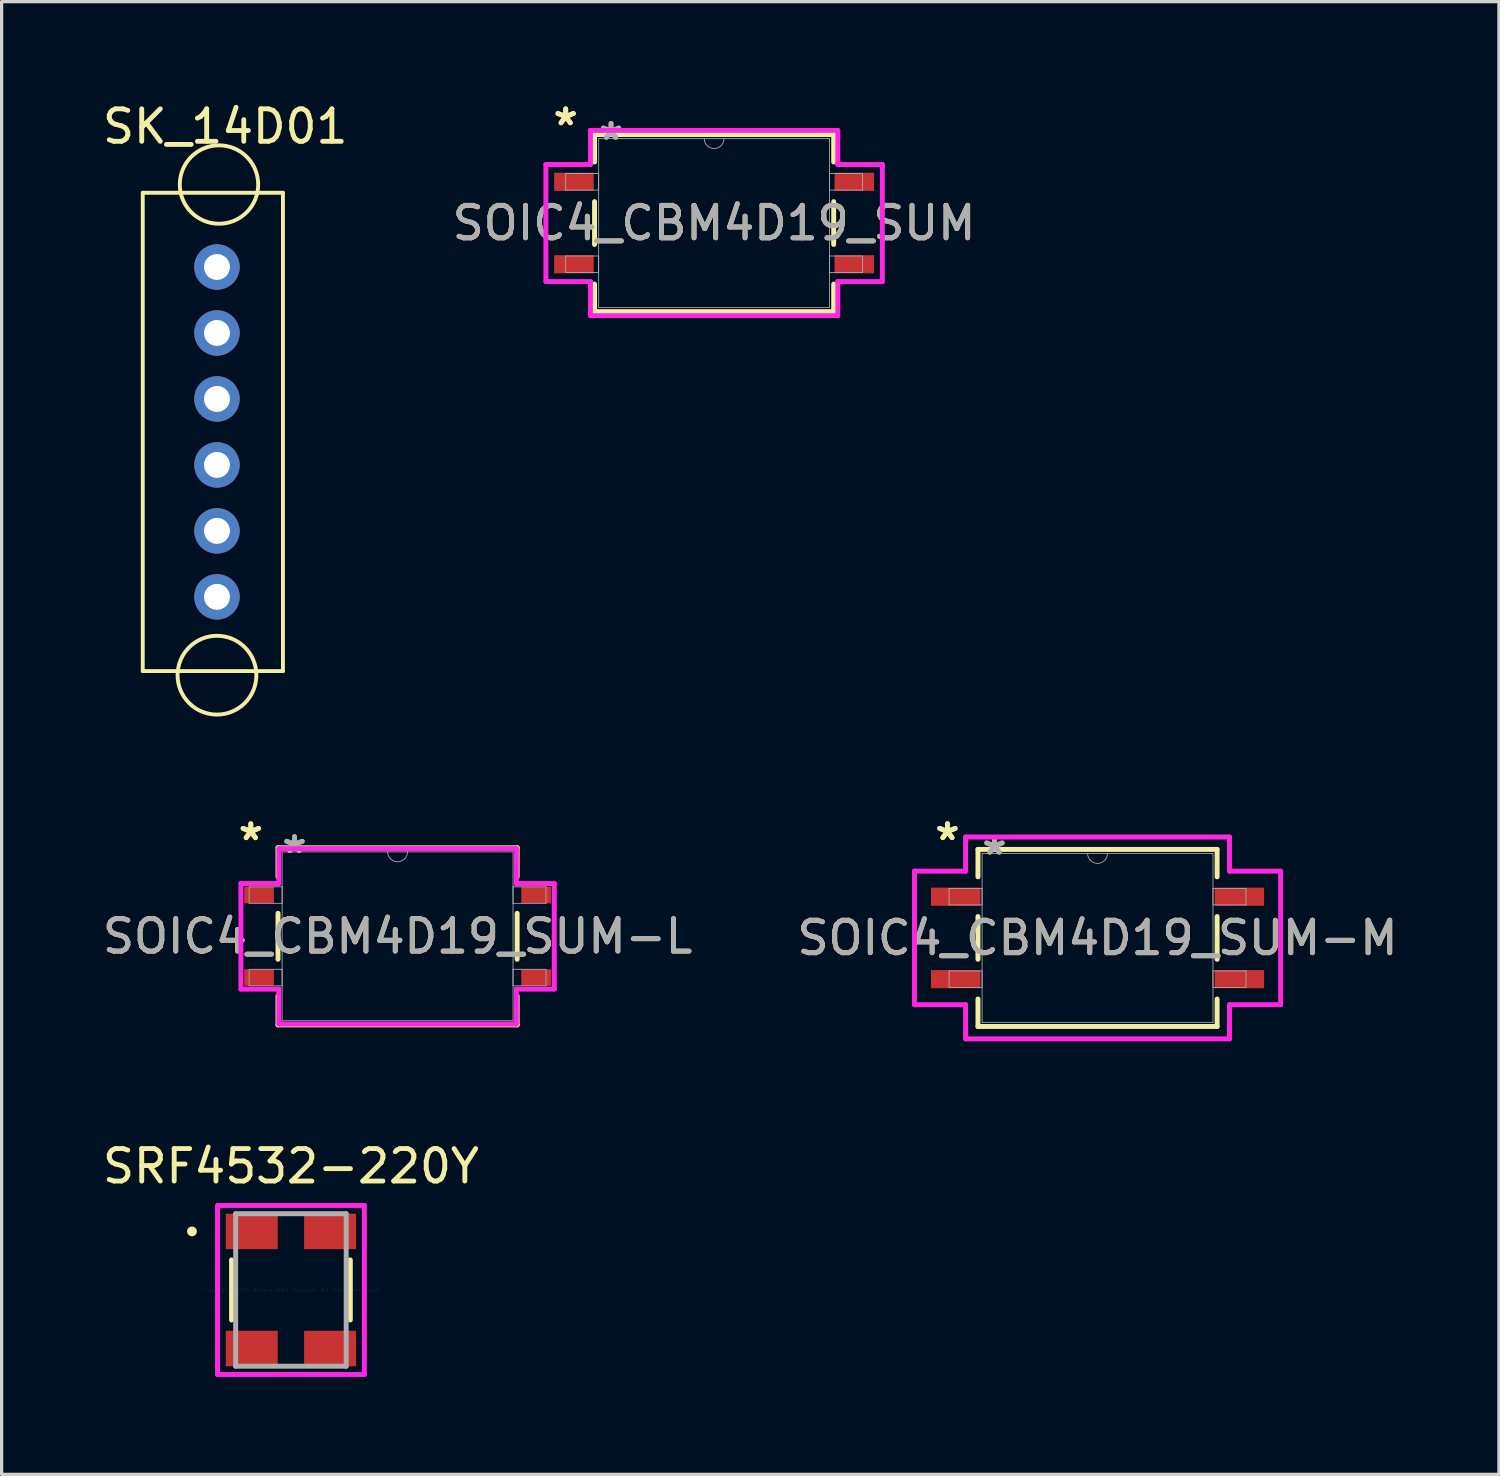
<source format=kicad_pcb>
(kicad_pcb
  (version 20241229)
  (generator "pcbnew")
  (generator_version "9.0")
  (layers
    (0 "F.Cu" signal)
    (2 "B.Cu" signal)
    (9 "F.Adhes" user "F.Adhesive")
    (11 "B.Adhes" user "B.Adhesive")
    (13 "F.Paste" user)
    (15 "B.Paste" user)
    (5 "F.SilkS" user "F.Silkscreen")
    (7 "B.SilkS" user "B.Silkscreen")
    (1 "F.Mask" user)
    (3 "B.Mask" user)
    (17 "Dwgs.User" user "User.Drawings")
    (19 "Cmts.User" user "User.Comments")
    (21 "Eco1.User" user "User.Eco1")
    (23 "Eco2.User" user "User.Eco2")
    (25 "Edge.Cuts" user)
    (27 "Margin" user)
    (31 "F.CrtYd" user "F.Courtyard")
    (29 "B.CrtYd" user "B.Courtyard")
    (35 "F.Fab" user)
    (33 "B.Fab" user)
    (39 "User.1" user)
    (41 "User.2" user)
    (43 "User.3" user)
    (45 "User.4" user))
  (footprint "SOIC4_CBM4D19_SUM"
    (layer "F.Cu")
    (at 18.946 3.82)
    (property "Reference" "SOIC4_CBM4D19_SUM" (at 0 0 0) (unlocked yes) (layer "F.SilkS") (effects (font (size 1 1) (thickness 0.15))))
    (attr smd)
    (fp_line (start -3.683 -2.727) (end -3.683 -1.881) (stroke (width 0.152) (type solid)) (layer "F.SilkS"))
    (fp_line (start -3.683 -0.659) (end -3.683 0.659) (stroke (width 0.152) (type solid)) (layer "F.SilkS"))
    (fp_line (start -3.683 1.881) (end -3.683 2.727) (stroke (width 0.152) (type solid)) (layer "F.SilkS"))
    (fp_line (start -3.683 2.727) (end 3.683 2.727) (stroke (width 0.152) (type solid)) (layer "F.SilkS"))
    (fp_line (start 3.683 -2.727) (end -3.683 -2.727) (stroke (width 0.152) (type solid)) (layer "F.SilkS"))
    (fp_line (start 3.683 -1.881) (end 3.683 -2.727) (stroke (width 0.152) (type solid)) (layer "F.SilkS"))
    (fp_line (start 3.683 0.659) (end 3.683 -0.659) (stroke (width 0.152) (type solid)) (layer "F.SilkS"))
    (fp_line (start 3.683 2.727) (end 3.683 1.881) (stroke (width 0.152) (type solid)) (layer "F.SilkS"))
    (fp_line (start -5.182 -1.803) (end -3.81 -1.803) (stroke (width 0.152) (type solid)) (layer "F.CrtYd"))
    (fp_line (start -5.182 1.803) (end -5.182 -1.803) (stroke (width 0.152) (type solid)) (layer "F.CrtYd"))
    (fp_line (start -5.182 1.803) (end -3.81 1.803) (stroke (width 0.152) (type solid)) (layer "F.CrtYd"))
    (fp_line (start -3.81 -2.854) (end 3.81 -2.854) (stroke (width 0.152) (type solid)) (layer "F.CrtYd"))
    (fp_line (start -3.81 -1.803) (end -3.81 -2.854) (stroke (width 0.152) (type solid)) (layer "F.CrtYd"))
    (fp_line (start -3.81 2.854) (end -3.81 1.803) (stroke (width 0.152) (type solid)) (layer "F.CrtYd"))
    (fp_line (start 3.81 -2.854) (end 3.81 -1.803) (stroke (width 0.152) (type solid)) (layer "F.CrtYd"))
    (fp_line (start 3.81 1.803) (end 3.81 2.854) (stroke (width 0.152) (type solid)) (layer "F.CrtYd"))
    (fp_line (start 3.81 2.854) (end -3.81 2.854) (stroke (width 0.152) (type solid)) (layer "F.CrtYd"))
    (fp_line (start 5.182 -1.803) (end 3.81 -1.803) (stroke (width 0.152) (type solid)) (layer "F.CrtYd"))
    (fp_line (start 5.182 -1.803) (end 5.182 1.803) (stroke (width 0.152) (type solid)) (layer "F.CrtYd"))
    (fp_line (start 5.182 1.803) (end 3.81 1.803) (stroke (width 0.152) (type solid)) (layer "F.CrtYd"))
    (fp_line (start -4.572 -1.524) (end -4.572 -1.016) (stroke (width 0.025) (type solid)) (layer "F.Fab"))
    (fp_line (start -4.572 -1.016) (end -3.556 -1.016) (stroke (width 0.025) (type solid)) (layer "F.Fab"))
    (fp_line (start -4.572 1.016) (end -4.572 1.524) (stroke (width 0.025) (type solid)) (layer "F.Fab"))
    (fp_line (start -4.572 1.524) (end -3.556 1.524) (stroke (width 0.025) (type solid)) (layer "F.Fab"))
    (fp_line (start -3.556 -2.6) (end -3.556 2.6) (stroke (width 0.025) (type solid)) (layer "F.Fab"))
    (fp_line (start -3.556 -1.524) (end -4.572 -1.524) (stroke (width 0.025) (type solid)) (layer "F.Fab"))
    (fp_line (start -3.556 -1.016) (end -3.556 -1.524) (stroke (width 0.025) (type solid)) (layer "F.Fab"))
    (fp_line (start -3.556 1.016) (end -4.572 1.016) (stroke (width 0.025) (type solid)) (layer "F.Fab"))
    (fp_line (start -3.556 1.524) (end -3.556 1.016) (stroke (width 0.025) (type solid)) (layer "F.Fab"))
    (fp_line (start -3.556 2.6) (end 3.556 2.6) (stroke (width 0.025) (type solid)) (layer "F.Fab"))
    (fp_line (start 3.556 -2.6) (end -3.556 -2.6) (stroke (width 0.025) (type solid)) (layer "F.Fab"))
    (fp_line (start 3.556 -1.524) (end 3.556 -1.016) (stroke (width 0.025) (type solid)) (layer "F.Fab"))
    (fp_line (start 3.556 -1.016) (end 4.572 -1.016) (stroke (width 0.025) (type solid)) (layer "F.Fab"))
    (fp_line (start 3.556 1.016) (end 3.556 1.524) (stroke (width 0.025) (type solid)) (layer "F.Fab"))
    (fp_line (start 3.556 1.524) (end 4.572 1.524) (stroke (width 0.025) (type solid)) (layer "F.Fab"))
    (fp_line (start 3.556 2.6) (end 3.556 -2.6) (stroke (width 0.025) (type solid)) (layer "F.Fab"))
    (fp_line (start 4.572 -1.524) (end 3.556 -1.524) (stroke (width 0.025) (type solid)) (layer "F.Fab"))
    (fp_line (start 4.572 -1.016) (end 4.572 -1.524) (stroke (width 0.025) (type solid)) (layer "F.Fab"))
    (fp_line (start 4.572 1.016) (end 3.556 1.016) (stroke (width 0.025) (type solid)) (layer "F.Fab"))
    (fp_line (start 4.572 1.524) (end 4.572 1.016) (stroke (width 0.025) (type solid)) (layer "F.Fab"))
    (fp_arc (start 0.3048 -2.6) (mid 0 -2.2952) (end -0.3048 -2.6) (stroke (width 0.0254) (type solid)) (layer "F.Fab"))
    (fp_text user "*" (at -4.572 -2.972 0) (unlocked yes) (layer "F.SilkS") (effects (font (size 1 1) (thickness 0.15))))
    (fp_text user "*" (at -4.572 -2.972 0) (layer "F.SilkS") (effects (font (size 1 1) (thickness 0.15))))
    (fp_text user "*" (at -3.175 -2.524 0) (layer "F.Fab") (effects (font (size 1 1) (thickness 0.15))))
    (fp_text user "${REFERENCE}" (at 0 0 0) (unlocked yes) (layer "F.Fab") (effects (font (size 1 1) (thickness 0.15))))
    (fp_text user "*" (at -3.175 -2.524 0) (unlocked yes) (layer "F.Fab") (effects (font (size 1 1) (thickness 0.15))))
    (pad "1" smd rect (at -4.318 -1.27) (size 1.219 0.559) (layers "F.Cu" "F.Mask" "F.Paste"))
    (pad "2" smd rect (at -4.318 1.27) (size 1.219 0.559) (layers "F.Cu" "F.Mask" "F.Paste"))
    (pad "3" smd rect (at 4.318 1.27) (size 1.219 0.559) (layers "F.Cu" "F.Mask" "F.Paste"))
    (pad "4" smd rect (at 4.318 -1.27) (size 1.219 0.559) (layers "F.Cu" "F.Mask" "F.Paste")))
  (footprint "SOIC4_CBM4D19_SUM-L"
    (layer "F.Cu")
    (at 9.196 25.79)
    (property "Reference" "SOIC4_CBM4D19_SUM-L" (at 0 0 0) (unlocked yes) (layer "F.SilkS") (effects (font (size 1 1) (thickness 0.15))))
    (attr smd)
    (fp_line (start -3.683 -2.727) (end -3.683 -1.832) (stroke (width 0.152) (type solid)) (layer "F.SilkS"))
    (fp_line (start -3.683 -0.708) (end -3.683 0.708) (stroke (width 0.152) (type solid)) (layer "F.SilkS"))
    (fp_line (start -3.683 1.832) (end -3.683 2.727) (stroke (width 0.152) (type solid)) (layer "F.SilkS"))
    (fp_line (start -3.683 2.727) (end 3.683 2.727) (stroke (width 0.152) (type solid)) (layer "F.SilkS"))
    (fp_line (start 3.683 -2.727) (end -3.683 -2.727) (stroke (width 0.152) (type solid)) (layer "F.SilkS"))
    (fp_line (start 3.683 -1.832) (end 3.683 -2.727) (stroke (width 0.152) (type solid)) (layer "F.SilkS"))
    (fp_line (start 3.683 0.708) (end 3.683 -0.708) (stroke (width 0.152) (type solid)) (layer "F.SilkS"))
    (fp_line (start 3.683 2.727) (end 3.683 1.832) (stroke (width 0.152) (type solid)) (layer "F.SilkS"))
    (fp_line (start -4.826 -1.626) (end -3.658 -1.626) (stroke (width 0.152) (type solid)) (layer "F.CrtYd"))
    (fp_line (start -4.826 1.626) (end -4.826 -1.626) (stroke (width 0.152) (type solid)) (layer "F.CrtYd"))
    (fp_line (start -4.826 1.626) (end -3.658 1.626) (stroke (width 0.152) (type solid)) (layer "F.CrtYd"))
    (fp_line (start -3.658 -2.702) (end 3.658 -2.702) (stroke (width 0.152) (type solid)) (layer "F.CrtYd"))
    (fp_line (start -3.658 -1.626) (end -3.658 -2.702) (stroke (width 0.152) (type solid)) (layer "F.CrtYd"))
    (fp_line (start -3.658 2.702) (end -3.658 1.626) (stroke (width 0.152) (type solid)) (layer "F.CrtYd"))
    (fp_line (start 3.658 -2.702) (end 3.658 -1.626) (stroke (width 0.152) (type solid)) (layer "F.CrtYd"))
    (fp_line (start 3.658 1.626) (end 3.658 2.702) (stroke (width 0.152) (type solid)) (layer "F.CrtYd"))
    (fp_line (start 3.658 2.702) (end -3.658 2.702) (stroke (width 0.152) (type solid)) (layer "F.CrtYd"))
    (fp_line (start 4.826 -1.626) (end 3.658 -1.626) (stroke (width 0.152) (type solid)) (layer "F.CrtYd"))
    (fp_line (start 4.826 -1.626) (end 4.826 1.626) (stroke (width 0.152) (type solid)) (layer "F.CrtYd"))
    (fp_line (start 4.826 1.626) (end 3.658 1.626) (stroke (width 0.152) (type solid)) (layer "F.CrtYd"))
    (fp_line (start -4.572 -1.524) (end -4.572 -1.016) (stroke (width 0.025) (type solid)) (layer "F.Fab"))
    (fp_line (start -4.572 -1.016) (end -3.556 -1.016) (stroke (width 0.025) (type solid)) (layer "F.Fab"))
    (fp_line (start -4.572 1.016) (end -4.572 1.524) (stroke (width 0.025) (type solid)) (layer "F.Fab"))
    (fp_line (start -4.572 1.524) (end -3.556 1.524) (stroke (width 0.025) (type solid)) (layer "F.Fab"))
    (fp_line (start -3.556 -2.6) (end -3.556 2.6) (stroke (width 0.025) (type solid)) (layer "F.Fab"))
    (fp_line (start -3.556 -1.524) (end -4.572 -1.524) (stroke (width 0.025) (type solid)) (layer "F.Fab"))
    (fp_line (start -3.556 -1.016) (end -3.556 -1.524) (stroke (width 0.025) (type solid)) (layer "F.Fab"))
    (fp_line (start -3.556 1.016) (end -4.572 1.016) (stroke (width 0.025) (type solid)) (layer "F.Fab"))
    (fp_line (start -3.556 1.524) (end -3.556 1.016) (stroke (width 0.025) (type solid)) (layer "F.Fab"))
    (fp_line (start -3.556 2.6) (end 3.556 2.6) (stroke (width 0.025) (type solid)) (layer "F.Fab"))
    (fp_line (start 3.556 -2.6) (end -3.556 -2.6) (stroke (width 0.025) (type solid)) (layer "F.Fab"))
    (fp_line (start 3.556 -1.524) (end 3.556 -1.016) (stroke (width 0.025) (type solid)) (layer "F.Fab"))
    (fp_line (start 3.556 -1.016) (end 4.572 -1.016) (stroke (width 0.025) (type solid)) (layer "F.Fab"))
    (fp_line (start 3.556 1.016) (end 3.556 1.524) (stroke (width 0.025) (type solid)) (layer "F.Fab"))
    (fp_line (start 3.556 1.524) (end 4.572 1.524) (stroke (width 0.025) (type solid)) (layer "F.Fab"))
    (fp_line (start 3.556 2.6) (end 3.556 -2.6) (stroke (width 0.025) (type solid)) (layer "F.Fab"))
    (fp_line (start 4.572 -1.524) (end 3.556 -1.524) (stroke (width 0.025) (type solid)) (layer "F.Fab"))
    (fp_line (start 4.572 -1.016) (end 4.572 -1.524) (stroke (width 0.025) (type solid)) (layer "F.Fab"))
    (fp_line (start 4.572 1.016) (end 3.556 1.016) (stroke (width 0.025) (type solid)) (layer "F.Fab"))
    (fp_line (start 4.572 1.524) (end 4.572 1.016) (stroke (width 0.025) (type solid)) (layer "F.Fab"))
    (fp_arc (start 0.3048 -2.6) (mid 0 -2.2952) (end -0.3048 -2.6) (stroke (width 0.0254) (type solid)) (layer "F.Fab"))
    (fp_text user "*" (at -4.521 -2.921 0) (unlocked yes) (layer "F.SilkS") (effects (font (size 1 1) (thickness 0.15))))
    (fp_text user "*" (at -4.521 -2.921 0) (layer "F.SilkS") (effects (font (size 1 1) (thickness 0.15))))
    (fp_text user "*" (at -3.175 -2.524 0) (layer "F.Fab") (effects (font (size 1 1) (thickness 0.15))))
    (fp_text user "*" (at -3.175 -2.524 0) (unlocked yes) (layer "F.Fab") (effects (font (size 1 1) (thickness 0.15))))
    (fp_text user "${REFERENCE}" (at 0 0 0) (unlocked yes) (layer "F.Fab") (effects (font (size 1 1) (thickness 0.15))))
    (pad "1" smd rect (at -4.267 -1.27) (size 0.914 0.508) (layers "F.Cu" "F.Mask" "F.Paste"))
    (pad "2" smd rect (at -4.267 1.27) (size 0.914 0.508) (layers "F.Cu" "F.Mask" "F.Paste"))
    (pad "3" smd rect (at 4.267 1.27) (size 0.914 0.508) (layers "F.Cu" "F.Mask" "F.Paste"))
    (pad "4" smd rect (at 4.267 -1.27) (size 0.914 0.508) (layers "F.Cu" "F.Mask" "F.Paste")))
  (footprint "SOIC4_CBM4D19_SUM-M"
    (layer "F.Cu")
    (at 30.756 25.84)
    (property "Reference" "SOIC4_CBM4D19_SUM-M" (at 0 0 0) (unlocked yes) (layer "F.SilkS") (effects (font (size 1 1) (thickness 0.15))))
    (attr smd)
    (fp_line (start -3.683 -2.727) (end -3.683 -1.882) (stroke (width 0.152) (type solid)) (layer "F.SilkS"))
    (fp_line (start -3.683 -0.658) (end -3.683 0.658) (stroke (width 0.152) (type solid)) (layer "F.SilkS"))
    (fp_line (start -3.683 1.882) (end -3.683 2.727) (stroke (width 0.152) (type solid)) (layer "F.SilkS"))
    (fp_line (start -3.683 2.727) (end 3.683 2.727) (stroke (width 0.152) (type solid)) (layer "F.SilkS"))
    (fp_line (start 3.683 -2.727) (end -3.683 -2.727) (stroke (width 0.152) (type solid)) (layer "F.SilkS"))
    (fp_line (start 3.683 -1.882) (end 3.683 -2.727) (stroke (width 0.152) (type solid)) (layer "F.SilkS"))
    (fp_line (start 3.683 0.658) (end 3.683 -0.658) (stroke (width 0.152) (type solid)) (layer "F.SilkS"))
    (fp_line (start 3.683 2.727) (end 3.683 1.882) (stroke (width 0.152) (type solid)) (layer "F.SilkS"))
    (fp_line (start -5.639 -2.057) (end -4.064 -2.057) (stroke (width 0.152) (type solid)) (layer "F.CrtYd"))
    (fp_line (start -5.639 2.057) (end -5.639 -2.057) (stroke (width 0.152) (type solid)) (layer "F.CrtYd"))
    (fp_line (start -5.639 2.057) (end -4.064 2.057) (stroke (width 0.152) (type solid)) (layer "F.CrtYd"))
    (fp_line (start -4.064 -3.108) (end 4.064 -3.108) (stroke (width 0.152) (type solid)) (layer "F.CrtYd"))
    (fp_line (start -4.064 -2.057) (end -4.064 -3.108) (stroke (width 0.152) (type solid)) (layer "F.CrtYd"))
    (fp_line (start -4.064 3.108) (end -4.064 2.057) (stroke (width 0.152) (type solid)) (layer "F.CrtYd"))
    (fp_line (start 4.064 -3.108) (end 4.064 -2.057) (stroke (width 0.152) (type solid)) (layer "F.CrtYd"))
    (fp_line (start 4.064 2.057) (end 4.064 3.108) (stroke (width 0.152) (type solid)) (layer "F.CrtYd"))
    (fp_line (start 4.064 3.108) (end -4.064 3.108) (stroke (width 0.152) (type solid)) (layer "F.CrtYd"))
    (fp_line (start 5.639 -2.057) (end 4.064 -2.057) (stroke (width 0.152) (type solid)) (layer "F.CrtYd"))
    (fp_line (start 5.639 -2.057) (end 5.639 2.057) (stroke (width 0.152) (type solid)) (layer "F.CrtYd"))
    (fp_line (start 5.639 2.057) (end 4.064 2.057) (stroke (width 0.152) (type solid)) (layer "F.CrtYd"))
    (fp_line (start -4.572 -1.524) (end -4.572 -1.016) (stroke (width 0.025) (type solid)) (layer "F.Fab"))
    (fp_line (start -4.572 -1.016) (end -3.556 -1.016) (stroke (width 0.025) (type solid)) (layer "F.Fab"))
    (fp_line (start -4.572 1.016) (end -4.572 1.524) (stroke (width 0.025) (type solid)) (layer "F.Fab"))
    (fp_line (start -4.572 1.524) (end -3.556 1.524) (stroke (width 0.025) (type solid)) (layer "F.Fab"))
    (fp_line (start -3.556 -2.6) (end -3.556 2.6) (stroke (width 0.025) (type solid)) (layer "F.Fab"))
    (fp_line (start -3.556 -1.524) (end -4.572 -1.524) (stroke (width 0.025) (type solid)) (layer "F.Fab"))
    (fp_line (start -3.556 -1.016) (end -3.556 -1.524) (stroke (width 0.025) (type solid)) (layer "F.Fab"))
    (fp_line (start -3.556 1.016) (end -4.572 1.016) (stroke (width 0.025) (type solid)) (layer "F.Fab"))
    (fp_line (start -3.556 1.524) (end -3.556 1.016) (stroke (width 0.025) (type solid)) (layer "F.Fab"))
    (fp_line (start -3.556 2.6) (end 3.556 2.6) (stroke (width 0.025) (type solid)) (layer "F.Fab"))
    (fp_line (start 3.556 -2.6) (end -3.556 -2.6) (stroke (width 0.025) (type solid)) (layer "F.Fab"))
    (fp_line (start 3.556 -1.524) (end 3.556 -1.016) (stroke (width 0.025) (type solid)) (layer "F.Fab"))
    (fp_line (start 3.556 -1.016) (end 4.572 -1.016) (stroke (width 0.025) (type solid)) (layer "F.Fab"))
    (fp_line (start 3.556 1.016) (end 3.556 1.524) (stroke (width 0.025) (type solid)) (layer "F.Fab"))
    (fp_line (start 3.556 1.524) (end 4.572 1.524) (stroke (width 0.025) (type solid)) (layer "F.Fab"))
    (fp_line (start 3.556 2.6) (end 3.556 -2.6) (stroke (width 0.025) (type solid)) (layer "F.Fab"))
    (fp_line (start 4.572 -1.524) (end 3.556 -1.524) (stroke (width 0.025) (type solid)) (layer "F.Fab"))
    (fp_line (start 4.572 -1.016) (end 4.572 -1.524) (stroke (width 0.025) (type solid)) (layer "F.Fab"))
    (fp_line (start 4.572 1.016) (end 3.556 1.016) (stroke (width 0.025) (type solid)) (layer "F.Fab"))
    (fp_line (start 4.572 1.524) (end 4.572 1.016) (stroke (width 0.025) (type solid)) (layer "F.Fab"))
    (fp_arc (start 0.3048 -2.6) (mid 0 -2.2952) (end -0.3048 -2.6) (stroke (width 0.0254) (type solid)) (layer "F.Fab"))
    (fp_text user "*" (at -4.623 -2.972 0) (unlocked yes) (layer "F.SilkS") (effects (font (size 1 1) (thickness 0.15))))
    (fp_text user "*" (at -4.623 -2.972 0) (layer "F.SilkS") (effects (font (size 1 1) (thickness 0.15))))
    (fp_text user "*" (at -3.175 -2.524 0) (unlocked yes) (layer "F.Fab") (effects (font (size 1 1) (thickness 0.15))))
    (fp_text user "${REFERENCE}" (at 0 0 0) (unlocked yes) (layer "F.Fab") (effects (font (size 1 1) (thickness 0.15))))
    (fp_text user "*" (at -3.175 -2.524 0) (layer "F.Fab") (effects (font (size 1 1) (thickness 0.15))))
    (pad "1" smd rect (at -4.369 -1.27) (size 1.524 0.559) (layers "F.Cu" "F.Mask" "F.Paste"))
    (pad "2" smd rect (at -4.369 1.27) (size 1.524 0.559) (layers "F.Cu" "F.Mask" "F.Paste"))
    (pad "3" smd rect (at 4.369 1.27) (size 1.524 0.559) (layers "F.Cu" "F.Mask" "F.Paste"))
    (pad "4" smd rect (at 4.369 -1.27) (size 1.524 0.559) (layers "F.Cu" "F.Mask" "F.Paste")))
  (footprint "SK_14D01"
    (layer "F.Cu")
    (at 3.887 0.348)
    (property "Reference" "SK_14D01" (at 0 0.5 0) (layer "F.SilkS") (effects (font (size 1 1) (thickness 0.15))))
    (attr through_hole)
    (fp_line (start -2.54 2.54) (end 1.778 2.54) (stroke (width 0.12) (type solid)) (layer "F.SilkS"))
    (fp_line (start -2.54 17.272) (end -2.54 2.54) (stroke (width 0.12) (type solid)) (layer "F.SilkS"))
    (fp_line (start 1.778 2.54) (end 1.778 17.272) (stroke (width 0.12) (type solid)) (layer "F.SilkS"))
    (fp_line (start 1.778 17.272) (end -2.54 17.272) (stroke (width 0.12) (type solid)) (layer "F.SilkS"))
    (fp_circle (center -0.254 17.399) (end 0.953 17.272) (stroke (width 0.12) (type solid)) (fill no) (layer "F.SilkS"))
    (fp_circle (center -0.192 2.286) (end 1.014 2.349) (stroke (width 0.12) (type solid)) (fill no) (layer "F.SilkS"))
    (pad "1" thru_hole circle (at -0.254 4.826) (size 1.4 1.4) (drill 0.8) (layers "*.Cu" "*.Mask"))
    (pad "2" thru_hole circle (at -0.254 6.858) (size 1.4 1.4) (drill 0.8) (layers "*.Cu" "*.Mask"))
    (pad "3" thru_hole circle (at -0.254 8.89) (size 1.4 1.4) (drill 0.8) (layers "*.Cu" "*.Mask"))
    (pad "4" thru_hole circle (at -0.254 10.922) (size 1.4 1.4) (drill 0.8) (layers "*.Cu" "*.Mask"))
    (pad "5" thru_hole circle (at -0.254 12.954) (size 1.4 1.4) (drill 0.8) (layers "*.Cu" "*.Mask"))
    (pad "6" thru_hole circle (at -0.254 14.986) (size 1.4 1.4) (drill 0.8) (layers "*.Cu" "*.Mask")))
  (footprint "SRF4532-220Y"
    (layer "F.Cu")
    (at 5.911 36.683)
    (property "Reference" "SRF4532-220Y" (at 0 -3.81 0) (layer "F.SilkS") (effects (font (size 1 1) (thickness 0.15))))
    (attr through_hole)
    (fp_line (start -1.829 -0.925) (end -1.829 0.925) (stroke (width 0.152) (type solid)) (layer "F.SilkS"))
    (fp_line (start 1.829 0.925) (end 1.829 -0.925) (stroke (width 0.152) (type solid)) (layer "F.SilkS"))
    (fp_circle (center -3.048 -1.803) (end -2.972 -1.803) (stroke (width 0.152) (type solid)) (fill no) (layer "F.SilkS"))
    (fp_line (start -2.261 -2.603) (end -1.956 -2.603) (stroke (width 0.152) (type solid)) (layer "F.CrtYd"))
    (fp_line (start -2.261 2.603) (end -2.261 -2.603) (stroke (width 0.152) (type solid)) (layer "F.CrtYd"))
    (fp_line (start -1.956 -2.603) (end -1.956 -2.603) (stroke (width 0.152) (type solid)) (layer "F.CrtYd"))
    (fp_line (start -1.956 -2.603) (end 1.956 -2.603) (stroke (width 0.152) (type solid)) (layer "F.CrtYd"))
    (fp_line (start -1.956 2.603) (end -2.261 2.603) (stroke (width 0.152) (type solid)) (layer "F.CrtYd"))
    (fp_line (start -1.956 2.603) (end -1.956 2.603) (stroke (width 0.152) (type solid)) (layer "F.CrtYd"))
    (fp_line (start 1.956 -2.603) (end 1.956 -2.603) (stroke (width 0.152) (type solid)) (layer "F.CrtYd"))
    (fp_line (start 1.956 -2.603) (end 2.261 -2.603) (stroke (width 0.152) (type solid)) (layer "F.CrtYd"))
    (fp_line (start 1.956 2.603) (end -1.956 2.603) (stroke (width 0.152) (type solid)) (layer "F.CrtYd"))
    (fp_line (start 1.956 2.603) (end 1.956 2.603) (stroke (width 0.152) (type solid)) (layer "F.CrtYd"))
    (fp_line (start 2.261 -2.603) (end 2.261 2.603) (stroke (width 0.152) (type solid)) (layer "F.CrtYd"))
    (fp_line (start 2.261 2.603) (end 1.956 2.603) (stroke (width 0.152) (type solid)) (layer "F.CrtYd"))
    (fp_line (start -1.702 -2.349) (end -1.702 2.349) (stroke (width 0.152) (type solid)) (layer "F.Fab"))
    (fp_line (start -1.702 2.349) (end 1.702 2.349) (stroke (width 0.152) (type solid)) (layer "F.Fab"))
    (fp_line (start 1.702 -2.349) (end -1.702 -2.349) (stroke (width 0.152) (type solid)) (layer "F.Fab"))
    (fp_line (start 1.702 2.349) (end 1.702 -2.349) (stroke (width 0.152) (type solid)) (layer "F.Fab"))
    (fp_text user "Copyright 2016 Accelerated Designs. All rights reserved." (at 0 0 0) (layer "Cmts.User") (effects (font (size 0.127 0.127) (thickness 0.002))))
    (pad "1" smd rect (at 1.206 -1.803) (size 1.6 1.092) (layers "F.Cu" "F.Mask" "F.Paste"))
    (pad "2" smd rect (at 1.206 1.803) (size 1.6 1.092) (layers "F.Cu" "F.Mask" "F.Paste"))
    (pad "3" smd rect (at -1.206 -1.803) (size 1.6 1.092) (layers "F.Cu" "F.Mask" "F.Paste"))
    (pad "4" smd rect (at -1.206 1.803) (size 1.6 1.092) (layers "F.Cu" "F.Mask" "F.Paste")))
  (gr_rect
    (start -3 -3)
    (end 43.119 42.363)
    (stroke (width 0.1) (type default))
    (fill no)
    (layer "Edge.Cuts")))
</source>
